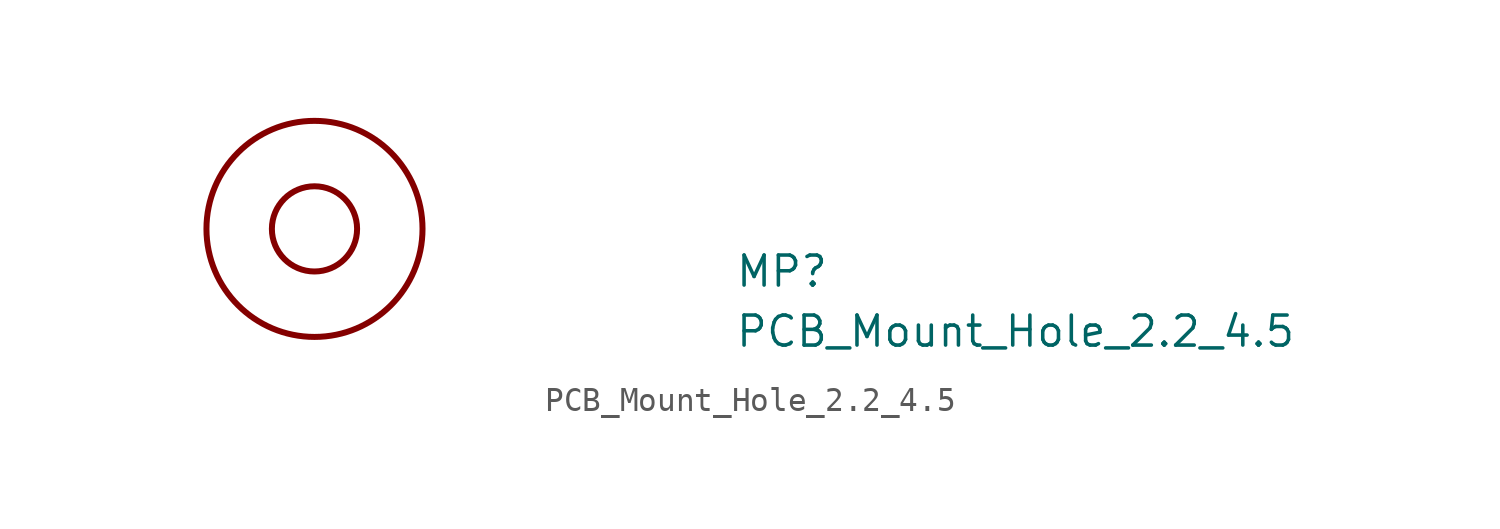
<source format=kicad_sym>
(kicad_symbol_lib
  (version 20211014)
  (generator kicad_symbol_editor)
  (symbol "PCB_Mount_Hole_2.2_4.5"
    (pin_names hide)
    (property "Reference" "MP"
      (at 17.78 -2.54 0)
      (effects (font (size 1.27 1.27) (thickness 0.15)) (justify left bottom)))
    (property "Value" "PCB_Mount_Hole_2.2_4.5"
      (at 17.78 -5.08 0)
      (effects (font (size 1.27 1.27) (thickness 0.15)) (justify left bottom)))
    (symbol "PCB_Mount_Hole_2.2_4.5_1_1"
      (circle (center 0 0) (radius 1.803) (stroke (width 0.254) (type default) (color 0 0 0 0)) (fill (type none)))
      (circle (center 0 0) (radius 4.572) (stroke (width 0.254) (type default) (color 0 0 0 0)) (fill (type none))))))
</source>
